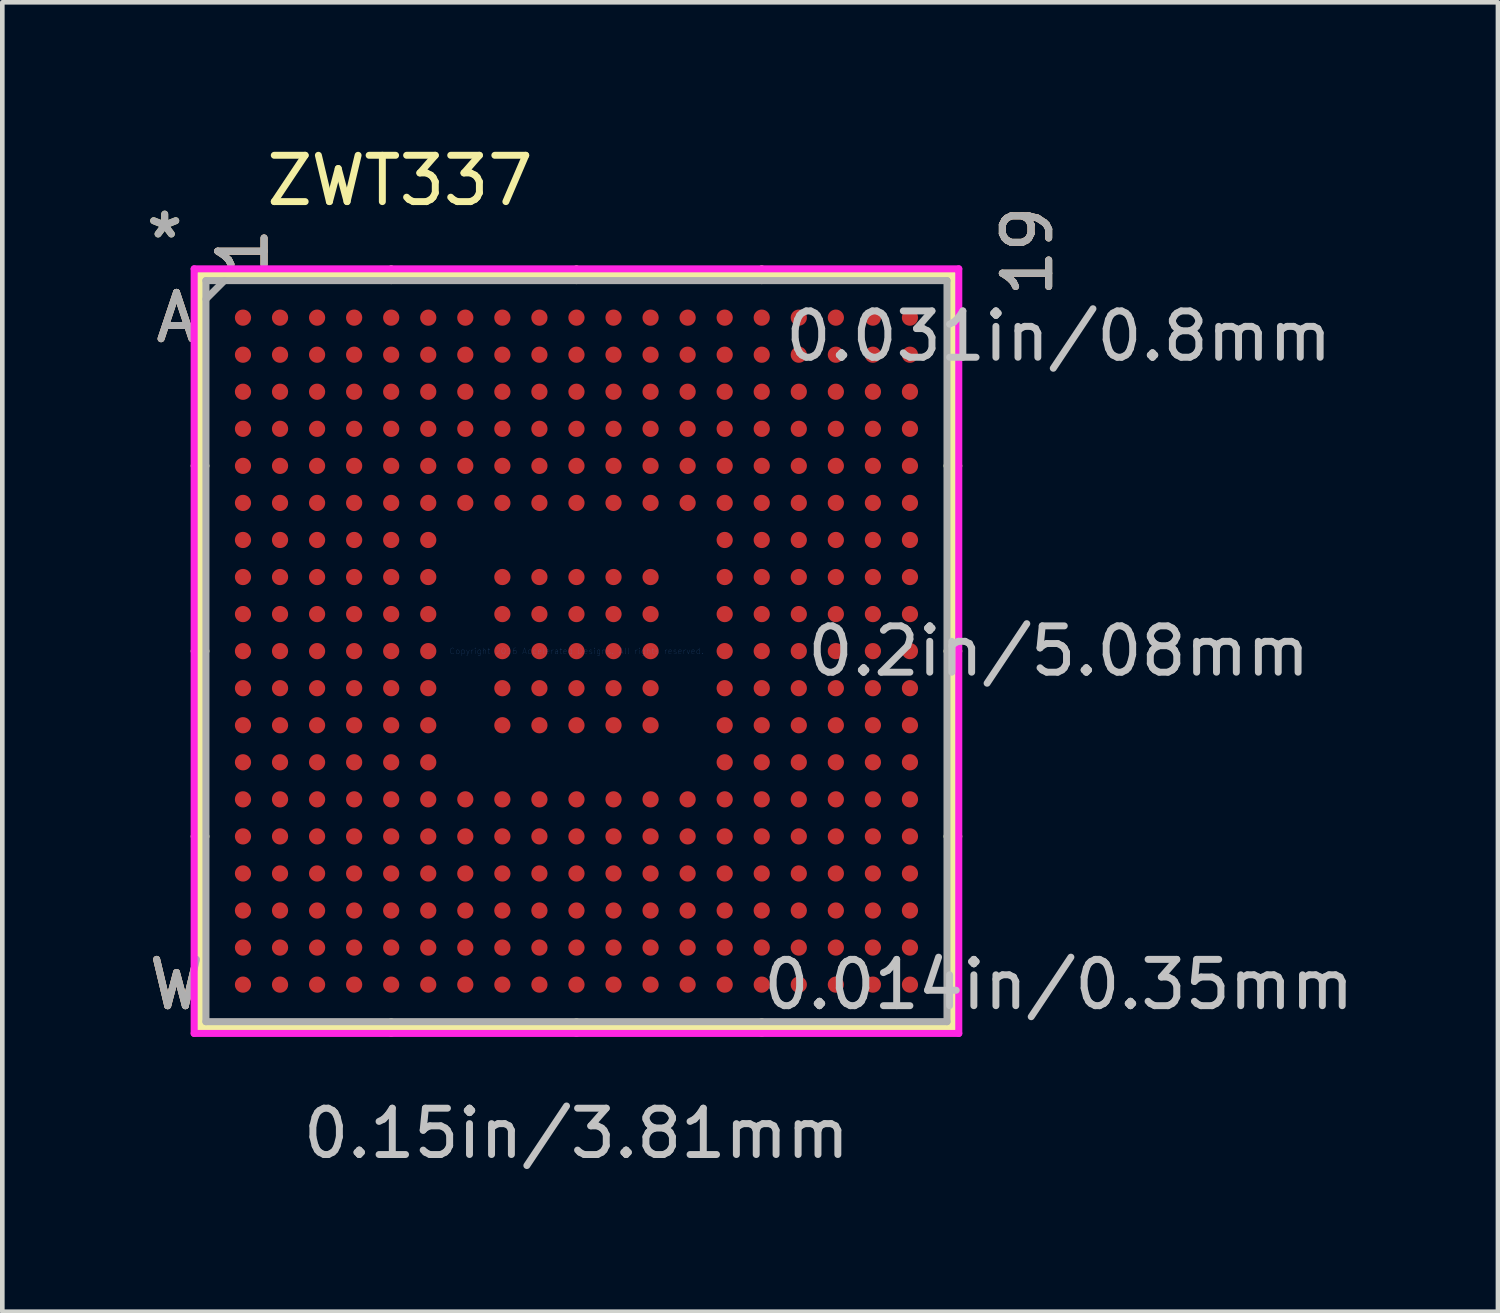
<source format=kicad_pcb>
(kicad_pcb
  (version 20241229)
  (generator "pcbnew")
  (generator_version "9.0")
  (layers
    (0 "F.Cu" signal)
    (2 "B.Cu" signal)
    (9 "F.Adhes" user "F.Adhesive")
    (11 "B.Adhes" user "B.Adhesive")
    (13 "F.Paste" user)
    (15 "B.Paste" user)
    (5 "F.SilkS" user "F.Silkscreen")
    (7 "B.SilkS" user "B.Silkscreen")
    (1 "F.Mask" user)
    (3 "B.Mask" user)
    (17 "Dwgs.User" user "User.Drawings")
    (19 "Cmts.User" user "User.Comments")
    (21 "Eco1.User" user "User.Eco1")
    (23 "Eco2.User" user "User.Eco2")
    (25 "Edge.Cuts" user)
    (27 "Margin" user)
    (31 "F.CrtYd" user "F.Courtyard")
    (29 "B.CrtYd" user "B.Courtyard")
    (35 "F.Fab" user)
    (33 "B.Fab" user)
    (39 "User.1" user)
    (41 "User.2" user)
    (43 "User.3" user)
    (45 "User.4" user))
  (footprint "ZWT337"
    (layer "F.Cu")
    (at 9.396 11.008)
    (property "Reference" "ZWT337" (at -3.81 -10.16 0) (layer "F.SilkS") (effects (font (size 1 1) (thickness 0.15))))
    (attr through_hole)
    (fp_line (start -8.127 -8.127) (end -8.127 8.127) (stroke (width 0.152) (type solid)) (layer "F.SilkS"))
    (fp_line (start -8.127 8.127) (end 8.127 8.127) (stroke (width 0.152) (type solid)) (layer "F.SilkS"))
    (fp_line (start -8 -4) (end -8.254 -4) (stroke (width 0.152) (type solid)) (layer "F.SilkS"))
    (fp_line (start -8 0) (end -8.254 0) (stroke (width 0.152) (type solid)) (layer "F.SilkS"))
    (fp_line (start -8 4) (end -8.254 4) (stroke (width 0.152) (type solid)) (layer "F.SilkS"))
    (fp_line (start -4 -8) (end -4 -8.254) (stroke (width 0.152) (type solid)) (layer "F.SilkS"))
    (fp_line (start -4 8) (end -4 8.254) (stroke (width 0.152) (type solid)) (layer "F.SilkS"))
    (fp_line (start 0 -8) (end 0 -8.254) (stroke (width 0.152) (type solid)) (layer "F.SilkS"))
    (fp_line (start 0 8) (end 0 8.254) (stroke (width 0.152) (type solid)) (layer "F.SilkS"))
    (fp_line (start 4 -8) (end 4 -8.254) (stroke (width 0.152) (type solid)) (layer "F.SilkS"))
    (fp_line (start 4 8) (end 4 8.254) (stroke (width 0.152) (type solid)) (layer "F.SilkS"))
    (fp_line (start 8 -4) (end 8.254 -4) (stroke (width 0.152) (type solid)) (layer "F.SilkS"))
    (fp_line (start 8 0) (end 8.254 0) (stroke (width 0.152) (type solid)) (layer "F.SilkS"))
    (fp_line (start 8 4) (end 8.254 4) (stroke (width 0.152) (type solid)) (layer "F.SilkS"))
    (fp_line (start 8.127 -8.127) (end -8.127 -8.127) (stroke (width 0.152) (type solid)) (layer "F.SilkS"))
    (fp_line (start 8.127 8.127) (end 8.127 -8.127) (stroke (width 0.152) (type solid)) (layer "F.SilkS"))
    (fp_line (start -8.254 -8.254) (end 8.254 -8.254) (stroke (width 0.152) (type solid)) (layer "F.CrtYd"))
    (fp_line (start -8.254 8.254) (end -8.254 -8.254) (stroke (width 0.152) (type solid)) (layer "F.CrtYd"))
    (fp_line (start 8.254 -8.254) (end 8.254 8.254) (stroke (width 0.152) (type solid)) (layer "F.CrtYd"))
    (fp_line (start 8.254 8.254) (end -8.254 8.254) (stroke (width 0.152) (type solid)) (layer "F.CrtYd"))
    (fp_line (start -8 -8) (end -8 8) (stroke (width 0.152) (type solid)) (layer "F.Fab"))
    (fp_line (start -8 8) (end 8 8) (stroke (width 0.152) (type solid)) (layer "F.Fab"))
    (fp_line (start -7.6 -8) (end -8 -7.6) (stroke (width 0.152) (type solid)) (layer "F.Fab"))
    (fp_line (start 8 -8) (end -8 -8) (stroke (width 0.152) (type solid)) (layer "F.Fab"))
    (fp_line (start 8 8) (end 8 -8) (stroke (width 0.152) (type solid)) (layer "F.Fab"))
    (fp_text user "*" (at -8.89 -8.89 0) (layer "F.SilkS") (effects (font (size 1 1) (thickness 0.15))))
    (fp_text user "A" (at -8.635 -7.2 0) (layer "F.SilkS") (effects (font (size 1 1) (thickness 0.15))))
    (fp_text user "W" (at -8.635 7.2 0) (layer "F.SilkS") (effects (font (size 1 1) (thickness 0.15))))
    (fp_text user "19" (at 9.74 -8.635 90) (layer "F.SilkS") (effects (font (size 1 1) (thickness 0.15))))
    (fp_text user "1" (at -7.2 -8.635 90) (layer "F.SilkS") (effects (font (size 1 1) (thickness 0.15))))
    (fp_text user "19" (at 9.74 -8.635 90) (layer "B.SilkS") (effects (font (size 1 1) (thickness 0.15))))
    (fp_text user "A" (at -8.635 -7.2 0) (layer "B.SilkS") (effects (font (size 1 1) (thickness 0.15))))
    (fp_text user "1" (at -7.2 -8.635 90) (layer "B.SilkS") (effects (font (size 1 1) (thickness 0.15))))
    (fp_text user "W" (at -8.635 7.2 0) (layer "B.SilkS") (effects (font (size 1 1) (thickness 0.15))))
    (fp_text user "0.2in/5.08mm" (at 10.413 0 0) (layer "Dwgs.User") (effects (font (size 1 1) (thickness 0.15))))
    (fp_text user "0.014in/0.35mm" (at 10.413 7.2 0) (layer "Dwgs.User") (effects (font (size 1 1) (thickness 0.15))))
    (fp_text user "0.031in/0.8mm" (at 10.413 -6.8 0) (layer "Dwgs.User") (effects (font (size 1 1) (thickness 0.15))))
    (fp_text user "0.15in/3.81mm" (at 0 10.413 0) (layer "Dwgs.User") (effects (font (size 1 1) (thickness 0.15))))
    (fp_text user "Copyright 2016 Accelerated Designs. All rights reserved." (at 0 0 0) (layer "Cmts.User") (effects (font (size 0.127 0.127) (thickness 0.002))))
    (fp_text user "*" (at -8.89 -8.89 0) (layer "F.Fab") (effects (font (size 1 1) (thickness 0.15))))
    (fp_text user "A" (at -8.635 -7.2 0) (layer "F.Fab") (effects (font (size 1 1) (thickness 0.15))))
    (fp_text user "1" (at -7.2 -8.635 90) (layer "F.Fab") (effects (font (size 1 1) (thickness 0.15))))
    (fp_text user "19" (at 9.74 -8.635 90) (layer "F.Fab") (effects (font (size 1 1) (thickness 0.15))))
    (fp_text user "W" (at -8.635 7.2 0) (layer "F.Fab") (effects (font (size 1 1) (thickness 0.15))))
    (pad "A1" smd circle (at -7.2 -7.2) (size 0.35 0.35) (layers "F.Cu" "F.Mask" "F.Paste"))
    (pad "A2" smd circle (at -6.4 -7.2) (size 0.35 0.35) (layers "F.Cu" "F.Mask" "F.Paste"))
    (pad "A3" smd circle (at -5.6 -7.2) (size 0.35 0.35) (layers "F.Cu" "F.Mask" "F.Paste"))
    (pad "A4" smd circle (at -4.8 -7.2) (size 0.35 0.35) (layers "F.Cu" "F.Mask" "F.Paste"))
    (pad "A5" smd circle (at -4 -7.2) (size 0.35 0.35) (layers "F.Cu" "F.Mask" "F.Paste"))
    (pad "A6" smd circle (at -3.2 -7.2) (size 0.35 0.35) (layers "F.Cu" "F.Mask" "F.Paste"))
    (pad "A7" smd circle (at -2.4 -7.2) (size 0.35 0.35) (layers "F.Cu" "F.Mask" "F.Paste"))
    (pad "A8" smd circle (at -1.6 -7.2) (size 0.35 0.35) (layers "F.Cu" "F.Mask" "F.Paste"))
    (pad "A9" smd circle (at -0.8 -7.2) (size 0.35 0.35) (layers "F.Cu" "F.Mask" "F.Paste"))
    (pad "A10" smd circle (at 0 -7.2) (size 0.35 0.35) (layers "F.Cu" "F.Mask" "F.Paste"))
    (pad "A11" smd circle (at 0.8 -7.2) (size 0.35 0.35) (layers "F.Cu" "F.Mask" "F.Paste"))
    (pad "A12" smd circle (at 1.6 -7.2) (size 0.35 0.35) (layers "F.Cu" "F.Mask" "F.Paste"))
    (pad "A13" smd circle (at 2.4 -7.2) (size 0.35 0.35) (layers "F.Cu" "F.Mask" "F.Paste"))
    (pad "A14" smd circle (at 3.2 -7.2) (size 0.35 0.35) (layers "F.Cu" "F.Mask" "F.Paste"))
    (pad "A15" smd circle (at 4 -7.2) (size 0.35 0.35) (layers "F.Cu" "F.Mask" "F.Paste"))
    (pad "A16" smd circle (at 4.8 -7.2) (size 0.35 0.35) (layers "F.Cu" "F.Mask" "F.Paste"))
    (pad "A17" smd circle (at 5.6 -7.2) (size 0.35 0.35) (layers "F.Cu" "F.Mask" "F.Paste"))
    (pad "A18" smd circle (at 6.4 -7.2) (size 0.35 0.35) (layers "F.Cu" "F.Mask" "F.Paste"))
    (pad "A19" smd circle (at 7.2 -7.2) (size 0.35 0.35) (layers "F.Cu" "F.Mask" "F.Paste"))
    (pad "B1" smd circle (at -7.2 -6.4) (size 0.35 0.35) (layers "F.Cu" "F.Mask" "F.Paste"))
    (pad "B2" smd circle (at -6.4 -6.4) (size 0.35 0.35) (layers "F.Cu" "F.Mask" "F.Paste"))
    (pad "B3" smd circle (at -5.6 -6.4) (size 0.35 0.35) (layers "F.Cu" "F.Mask" "F.Paste"))
    (pad "B4" smd circle (at -4.8 -6.4) (size 0.35 0.35) (layers "F.Cu" "F.Mask" "F.Paste"))
    (pad "B5" smd circle (at -4 -6.4) (size 0.35 0.35) (layers "F.Cu" "F.Mask" "F.Paste"))
    (pad "B6" smd circle (at -3.2 -6.4) (size 0.35 0.35) (layers "F.Cu" "F.Mask" "F.Paste"))
    (pad "B7" smd circle (at -2.4 -6.4) (size 0.35 0.35) (layers "F.Cu" "F.Mask" "F.Paste"))
    (pad "B8" smd circle (at -1.6 -6.4) (size 0.35 0.35) (layers "F.Cu" "F.Mask" "F.Paste"))
    (pad "B9" smd circle (at -0.8 -6.4) (size 0.35 0.35) (layers "F.Cu" "F.Mask" "F.Paste"))
    (pad "B10" smd circle (at 0 -6.4) (size 0.35 0.35) (layers "F.Cu" "F.Mask" "F.Paste"))
    (pad "B11" smd circle (at 0.8 -6.4) (size 0.35 0.35) (layers "F.Cu" "F.Mask" "F.Paste"))
    (pad "B12" smd circle (at 1.6 -6.4) (size 0.35 0.35) (layers "F.Cu" "F.Mask" "F.Paste"))
    (pad "B13" smd circle (at 2.4 -6.4) (size 0.35 0.35) (layers "F.Cu" "F.Mask" "F.Paste"))
    (pad "B14" smd circle (at 3.2 -6.4) (size 0.35 0.35) (layers "F.Cu" "F.Mask" "F.Paste"))
    (pad "B15" smd circle (at 4 -6.4) (size 0.35 0.35) (layers "F.Cu" "F.Mask" "F.Paste"))
    (pad "B16" smd circle (at 4.8 -6.4) (size 0.35 0.35) (layers "F.Cu" "F.Mask" "F.Paste"))
    (pad "B17" smd circle (at 5.6 -6.4) (size 0.35 0.35) (layers "F.Cu" "F.Mask" "F.Paste"))
    (pad "B18" smd circle (at 6.4 -6.4) (size 0.35 0.35) (layers "F.Cu" "F.Mask" "F.Paste"))
    (pad "B19" smd circle (at 7.2 -6.4) (size 0.35 0.35) (layers "F.Cu" "F.Mask" "F.Paste"))
    (pad "C1" smd circle (at -7.2 -5.6) (size 0.35 0.35) (layers "F.Cu" "F.Mask" "F.Paste"))
    (pad "C2" smd circle (at -6.4 -5.6) (size 0.35 0.35) (layers "F.Cu" "F.Mask" "F.Paste"))
    (pad "C3" smd circle (at -5.6 -5.6) (size 0.35 0.35) (layers "F.Cu" "F.Mask" "F.Paste"))
    (pad "C4" smd circle (at -4.8 -5.6) (size 0.35 0.35) (layers "F.Cu" "F.Mask" "F.Paste"))
    (pad "C5" smd circle (at -4 -5.6) (size 0.35 0.35) (layers "F.Cu" "F.Mask" "F.Paste"))
    (pad "C6" smd circle (at -3.2 -5.6) (size 0.35 0.35) (layers "F.Cu" "F.Mask" "F.Paste"))
    (pad "C7" smd circle (at -2.4 -5.6) (size 0.35 0.35) (layers "F.Cu" "F.Mask" "F.Paste"))
    (pad "C8" smd circle (at -1.6 -5.6) (size 0.35 0.35) (layers "F.Cu" "F.Mask" "F.Paste"))
    (pad "C9" smd circle (at -0.8 -5.6) (size 0.35 0.35) (layers "F.Cu" "F.Mask" "F.Paste"))
    (pad "C10" smd circle (at 0 -5.6) (size 0.35 0.35) (layers "F.Cu" "F.Mask" "F.Paste"))
    (pad "C11" smd circle (at 0.8 -5.6) (size 0.35 0.35) (layers "F.Cu" "F.Mask" "F.Paste"))
    (pad "C12" smd circle (at 1.6 -5.6) (size 0.35 0.35) (layers "F.Cu" "F.Mask" "F.Paste"))
    (pad "C13" smd circle (at 2.4 -5.6) (size 0.35 0.35) (layers "F.Cu" "F.Mask" "F.Paste"))
    (pad "C14" smd circle (at 3.2 -5.6) (size 0.35 0.35) (layers "F.Cu" "F.Mask" "F.Paste"))
    (pad "C15" smd circle (at 4 -5.6) (size 0.35 0.35) (layers "F.Cu" "F.Mask" "F.Paste"))
    (pad "C16" smd circle (at 4.8 -5.6) (size 0.35 0.35) (layers "F.Cu" "F.Mask" "F.Paste"))
    (pad "C17" smd circle (at 5.6 -5.6) (size 0.35 0.35) (layers "F.Cu" "F.Mask" "F.Paste"))
    (pad "C18" smd circle (at 6.4 -5.6) (size 0.35 0.35) (layers "F.Cu" "F.Mask" "F.Paste"))
    (pad "C19" smd circle (at 7.2 -5.6) (size 0.35 0.35) (layers "F.Cu" "F.Mask" "F.Paste"))
    (pad "D1" smd circle (at -7.2 -4.8) (size 0.35 0.35) (layers "F.Cu" "F.Mask" "F.Paste"))
    (pad "D2" smd circle (at -6.4 -4.8) (size 0.35 0.35) (layers "F.Cu" "F.Mask" "F.Paste"))
    (pad "D3" smd circle (at -5.6 -4.8) (size 0.35 0.35) (layers "F.Cu" "F.Mask" "F.Paste"))
    (pad "D4" smd circle (at -4.8 -4.8) (size 0.35 0.35) (layers "F.Cu" "F.Mask" "F.Paste"))
    (pad "D5" smd circle (at -4 -4.8) (size 0.35 0.35) (layers "F.Cu" "F.Mask" "F.Paste"))
    (pad "D6" smd circle (at -3.2 -4.8) (size 0.35 0.35) (layers "F.Cu" "F.Mask" "F.Paste"))
    (pad "D7" smd circle (at -2.4 -4.8) (size 0.35 0.35) (layers "F.Cu" "F.Mask" "F.Paste"))
    (pad "D8" smd circle (at -1.6 -4.8) (size 0.35 0.35) (layers "F.Cu" "F.Mask" "F.Paste"))
    (pad "D9" smd circle (at -0.8 -4.8) (size 0.35 0.35) (layers "F.Cu" "F.Mask" "F.Paste"))
    (pad "D10" smd circle (at 0 -4.8) (size 0.35 0.35) (layers "F.Cu" "F.Mask" "F.Paste"))
    (pad "D11" smd circle (at 0.8 -4.8) (size 0.35 0.35) (layers "F.Cu" "F.Mask" "F.Paste"))
    (pad "D12" smd circle (at 1.6 -4.8) (size 0.35 0.35) (layers "F.Cu" "F.Mask" "F.Paste"))
    (pad "D13" smd circle (at 2.4 -4.8) (size 0.35 0.35) (layers "F.Cu" "F.Mask" "F.Paste"))
    (pad "D14" smd circle (at 3.2 -4.8) (size 0.35 0.35) (layers "F.Cu" "F.Mask" "F.Paste"))
    (pad "D15" smd circle (at 4 -4.8) (size 0.35 0.35) (layers "F.Cu" "F.Mask" "F.Paste"))
    (pad "D16" smd circle (at 4.8 -4.8) (size 0.35 0.35) (layers "F.Cu" "F.Mask" "F.Paste"))
    (pad "D17" smd circle (at 5.6 -4.8) (size 0.35 0.35) (layers "F.Cu" "F.Mask" "F.Paste"))
    (pad "D18" smd circle (at 6.4 -4.8) (size 0.35 0.35) (layers "F.Cu" "F.Mask" "F.Paste"))
    (pad "D19" smd circle (at 7.2 -4.8) (size 0.35 0.35) (layers "F.Cu" "F.Mask" "F.Paste"))
    (pad "E1" smd circle (at -7.2 -4) (size 0.35 0.35) (layers "F.Cu" "F.Mask" "F.Paste"))
    (pad "E2" smd circle (at -6.4 -4) (size 0.35 0.35) (layers "F.Cu" "F.Mask" "F.Paste"))
    (pad "E3" smd circle (at -5.6 -4) (size 0.35 0.35) (layers "F.Cu" "F.Mask" "F.Paste"))
    (pad "E4" smd circle (at -4.8 -4) (size 0.35 0.35) (layers "F.Cu" "F.Mask" "F.Paste"))
    (pad "E5" smd circle (at -4 -4) (size 0.35 0.35) (layers "F.Cu" "F.Mask" "F.Paste"))
    (pad "E6" smd circle (at -3.2 -4) (size 0.35 0.35) (layers "F.Cu" "F.Mask" "F.Paste"))
    (pad "E7" smd circle (at -2.4 -4) (size 0.35 0.35) (layers "F.Cu" "F.Mask" "F.Paste"))
    (pad "E8" smd circle (at -1.6 -4) (size 0.35 0.35) (layers "F.Cu" "F.Mask" "F.Paste"))
    (pad "E9" smd circle (at -0.8 -4) (size 0.35 0.35) (layers "F.Cu" "F.Mask" "F.Paste"))
    (pad "E10" smd circle (at 0 -4) (size 0.35 0.35) (layers "F.Cu" "F.Mask" "F.Paste"))
    (pad "E11" smd circle (at 0.8 -4) (size 0.35 0.35) (layers "F.Cu" "F.Mask" "F.Paste"))
    (pad "E12" smd circle (at 1.6 -4) (size 0.35 0.35) (layers "F.Cu" "F.Mask" "F.Paste"))
    (pad "E13" smd circle (at 2.4 -4) (size 0.35 0.35) (layers "F.Cu" "F.Mask" "F.Paste"))
    (pad "E14" smd circle (at 3.2 -4) (size 0.35 0.35) (layers "F.Cu" "F.Mask" "F.Paste"))
    (pad "E15" smd circle (at 4 -4) (size 0.35 0.35) (layers "F.Cu" "F.Mask" "F.Paste"))
    (pad "E16" smd circle (at 4.8 -4) (size 0.35 0.35) (layers "F.Cu" "F.Mask" "F.Paste"))
    (pad "E17" smd circle (at 5.6 -4) (size 0.35 0.35) (layers "F.Cu" "F.Mask" "F.Paste"))
    (pad "E18" smd circle (at 6.4 -4) (size 0.35 0.35) (layers "F.Cu" "F.Mask" "F.Paste"))
    (pad "E19" smd circle (at 7.2 -4) (size 0.35 0.35) (layers "F.Cu" "F.Mask" "F.Paste"))
    (pad "F1" smd circle (at -7.2 -3.2) (size 0.35 0.35) (layers "F.Cu" "F.Mask" "F.Paste"))
    (pad "F2" smd circle (at -6.4 -3.2) (size 0.35 0.35) (layers "F.Cu" "F.Mask" "F.Paste"))
    (pad "F3" smd circle (at -5.6 -3.2) (size 0.35 0.35) (layers "F.Cu" "F.Mask" "F.Paste"))
    (pad "F4" smd circle (at -4.8 -3.2) (size 0.35 0.35) (layers "F.Cu" "F.Mask" "F.Paste"))
    (pad "F5" smd circle (at -4 -3.2) (size 0.35 0.35) (layers "F.Cu" "F.Mask" "F.Paste"))
    (pad "F6" smd circle (at -3.2 -3.2) (size 0.35 0.35) (layers "F.Cu" "F.Mask" "F.Paste"))
    (pad "F7" smd circle (at -2.4 -3.2) (size 0.35 0.35) (layers "F.Cu" "F.Mask" "F.Paste"))
    (pad "F8" smd circle (at -1.6 -3.2) (size 0.35 0.35) (layers "F.Cu" "F.Mask" "F.Paste"))
    (pad "F9" smd circle (at -0.8 -3.2) (size 0.35 0.35) (layers "F.Cu" "F.Mask" "F.Paste"))
    (pad "F10" smd circle (at 0 -3.2) (size 0.35 0.35) (layers "F.Cu" "F.Mask" "F.Paste"))
    (pad "F11" smd circle (at 0.8 -3.2) (size 0.35 0.35) (layers "F.Cu" "F.Mask" "F.Paste"))
    (pad "F12" smd circle (at 1.6 -3.2) (size 0.35 0.35) (layers "F.Cu" "F.Mask" "F.Paste"))
    (pad "F13" smd circle (at 2.4 -3.2) (size 0.35 0.35) (layers "F.Cu" "F.Mask" "F.Paste"))
    (pad "F14" smd circle (at 3.2 -3.2) (size 0.35 0.35) (layers "F.Cu" "F.Mask" "F.Paste"))
    (pad "F15" smd circle (at 4 -3.2) (size 0.35 0.35) (layers "F.Cu" "F.Mask" "F.Paste"))
    (pad "F16" smd circle (at 4.8 -3.2) (size 0.35 0.35) (layers "F.Cu" "F.Mask" "F.Paste"))
    (pad "F17" smd circle (at 5.6 -3.2) (size 0.35 0.35) (layers "F.Cu" "F.Mask" "F.Paste"))
    (pad "F18" smd circle (at 6.4 -3.2) (size 0.35 0.35) (layers "F.Cu" "F.Mask" "F.Paste"))
    (pad "F19" smd circle (at 7.2 -3.2) (size 0.35 0.35) (layers "F.Cu" "F.Mask" "F.Paste"))
    (pad "G1" smd circle (at -7.2 -2.4) (size 0.35 0.35) (layers "F.Cu" "F.Mask" "F.Paste"))
    (pad "G2" smd circle (at -6.4 -2.4) (size 0.35 0.35) (layers "F.Cu" "F.Mask" "F.Paste"))
    (pad "G3" smd circle (at -5.6 -2.4) (size 0.35 0.35) (layers "F.Cu" "F.Mask" "F.Paste"))
    (pad "G4" smd circle (at -4.8 -2.4) (size 0.35 0.35) (layers "F.Cu" "F.Mask" "F.Paste"))
    (pad "G5" smd circle (at -4 -2.4) (size 0.35 0.35) (layers "F.Cu" "F.Mask" "F.Paste"))
    (pad "G6" smd circle (at -3.2 -2.4) (size 0.35 0.35) (layers "F.Cu" "F.Mask" "F.Paste"))
    (pad "G14" smd circle (at 3.2 -2.4) (size 0.35 0.35) (layers "F.Cu" "F.Mask" "F.Paste"))
    (pad "G15" smd circle (at 4 -2.4) (size 0.35 0.35) (layers "F.Cu" "F.Mask" "F.Paste"))
    (pad "G16" smd circle (at 4.8 -2.4) (size 0.35 0.35) (layers "F.Cu" "F.Mask" "F.Paste"))
    (pad "G17" smd circle (at 5.6 -2.4) (size 0.35 0.35) (layers "F.Cu" "F.Mask" "F.Paste"))
    (pad "G18" smd circle (at 6.4 -2.4) (size 0.35 0.35) (layers "F.Cu" "F.Mask" "F.Paste"))
    (pad "G19" smd circle (at 7.2 -2.4) (size 0.35 0.35) (layers "F.Cu" "F.Mask" "F.Paste"))
    (pad "H1" smd circle (at -7.2 -1.6) (size 0.35 0.35) (layers "F.Cu" "F.Mask" "F.Paste"))
    (pad "H2" smd circle (at -6.4 -1.6) (size 0.35 0.35) (layers "F.Cu" "F.Mask" "F.Paste"))
    (pad "H3" smd circle (at -5.6 -1.6) (size 0.35 0.35) (layers "F.Cu" "F.Mask" "F.Paste"))
    (pad "H4" smd circle (at -4.8 -1.6) (size 0.35 0.35) (layers "F.Cu" "F.Mask" "F.Paste"))
    (pad "H5" smd circle (at -4 -1.6) (size 0.35 0.35) (layers "F.Cu" "F.Mask" "F.Paste"))
    (pad "H6" smd circle (at -3.2 -1.6) (size 0.35 0.35) (layers "F.Cu" "F.Mask" "F.Paste"))
    (pad "H8" smd circle (at -1.6 -1.6) (size 0.35 0.35) (layers "F.Cu" "F.Mask" "F.Paste"))
    (pad "H9" smd circle (at -0.8 -1.6) (size 0.35 0.35) (layers "F.Cu" "F.Mask" "F.Paste"))
    (pad "H10" smd circle (at 0 -1.6) (size 0.35 0.35) (layers "F.Cu" "F.Mask" "F.Paste"))
    (pad "H11" smd circle (at 0.8 -1.6) (size 0.35 0.35) (layers "F.Cu" "F.Mask" "F.Paste"))
    (pad "H12" smd circle (at 1.6 -1.6) (size 0.35 0.35) (layers "F.Cu" "F.Mask" "F.Paste"))
    (pad "H14" smd circle (at 3.2 -1.6) (size 0.35 0.35) (layers "F.Cu" "F.Mask" "F.Paste"))
    (pad "H15" smd circle (at 4 -1.6) (size 0.35 0.35) (layers "F.Cu" "F.Mask" "F.Paste"))
    (pad "H16" smd circle (at 4.8 -1.6) (size 0.35 0.35) (layers "F.Cu" "F.Mask" "F.Paste"))
    (pad "H17" smd circle (at 5.6 -1.6) (size 0.35 0.35) (layers "F.Cu" "F.Mask" "F.Paste"))
    (pad "H18" smd circle (at 6.4 -1.6) (size 0.35 0.35) (layers "F.Cu" "F.Mask" "F.Paste"))
    (pad "H19" smd circle (at 7.2 -1.6) (size 0.35 0.35) (layers "F.Cu" "F.Mask" "F.Paste"))
    (pad "J1" smd circle (at -7.2 -0.8) (size 0.35 0.35) (layers "F.Cu" "F.Mask" "F.Paste"))
    (pad "J2" smd circle (at -6.4 -0.8) (size 0.35 0.35) (layers "F.Cu" "F.Mask" "F.Paste"))
    (pad "J3" smd circle (at -5.6 -0.8) (size 0.35 0.35) (layers "F.Cu" "F.Mask" "F.Paste"))
    (pad "J4" smd circle (at -4.8 -0.8) (size 0.35 0.35) (layers "F.Cu" "F.Mask" "F.Paste"))
    (pad "J5" smd circle (at -4 -0.8) (size 0.35 0.35) (layers "F.Cu" "F.Mask" "F.Paste"))
    (pad "J6" smd circle (at -3.2 -0.8) (size 0.35 0.35) (layers "F.Cu" "F.Mask" "F.Paste"))
    (pad "J8" smd circle (at -1.6 -0.8) (size 0.35 0.35) (layers "F.Cu" "F.Mask" "F.Paste"))
    (pad "J9" smd circle (at -0.8 -0.8) (size 0.35 0.35) (layers "F.Cu" "F.Mask" "F.Paste"))
    (pad "J10" smd circle (at 0 -0.8) (size 0.35 0.35) (layers "F.Cu" "F.Mask" "F.Paste"))
    (pad "J11" smd circle (at 0.8 -0.8) (size 0.35 0.35) (layers "F.Cu" "F.Mask" "F.Paste"))
    (pad "J12" smd circle (at 1.6 -0.8) (size 0.35 0.35) (layers "F.Cu" "F.Mask" "F.Paste"))
    (pad "J14" smd circle (at 3.2 -0.8) (size 0.35 0.35) (layers "F.Cu" "F.Mask" "F.Paste"))
    (pad "J15" smd circle (at 4 -0.8) (size 0.35 0.35) (layers "F.Cu" "F.Mask" "F.Paste"))
    (pad "J16" smd circle (at 4.8 -0.8) (size 0.35 0.35) (layers "F.Cu" "F.Mask" "F.Paste"))
    (pad "J17" smd circle (at 5.6 -0.8) (size 0.35 0.35) (layers "F.Cu" "F.Mask" "F.Paste"))
    (pad "J18" smd circle (at 6.4 -0.8) (size 0.35 0.35) (layers "F.Cu" "F.Mask" "F.Paste"))
    (pad "J19" smd circle (at 7.2 -0.8) (size 0.35 0.35) (layers "F.Cu" "F.Mask" "F.Paste"))
    (pad "K1" smd circle (at -7.2 0) (size 0.35 0.35) (layers "F.Cu" "F.Mask" "F.Paste"))
    (pad "K2" smd circle (at -6.4 0) (size 0.35 0.35) (layers "F.Cu" "F.Mask" "F.Paste"))
    (pad "K3" smd circle (at -5.6 0) (size 0.35 0.35) (layers "F.Cu" "F.Mask" "F.Paste"))
    (pad "K4" smd circle (at -4.8 0) (size 0.35 0.35) (layers "F.Cu" "F.Mask" "F.Paste"))
    (pad "K5" smd circle (at -4 0) (size 0.35 0.35) (layers "F.Cu" "F.Mask" "F.Paste"))
    (pad "K6" smd circle (at -3.2 0) (size 0.35 0.35) (layers "F.Cu" "F.Mask" "F.Paste"))
    (pad "K8" smd circle (at -1.6 0) (size 0.35 0.35) (layers "F.Cu" "F.Mask" "F.Paste"))
    (pad "K9" smd circle (at -0.8 0) (size 0.35 0.35) (layers "F.Cu" "F.Mask" "F.Paste"))
    (pad "K10" smd circle (at 0 0) (size 0.35 0.35) (layers "F.Cu" "F.Mask" "F.Paste"))
    (pad "K11" smd circle (at 0.8 0) (size 0.35 0.35) (layers "F.Cu" "F.Mask" "F.Paste"))
    (pad "K12" smd circle (at 1.6 0) (size 0.35 0.35) (layers "F.Cu" "F.Mask" "F.Paste"))
    (pad "K14" smd circle (at 3.2 0) (size 0.35 0.35) (layers "F.Cu" "F.Mask" "F.Paste"))
    (pad "K15" smd circle (at 4 0) (size 0.35 0.35) (layers "F.Cu" "F.Mask" "F.Paste"))
    (pad "K16" smd circle (at 4.8 0) (size 0.35 0.35) (layers "F.Cu" "F.Mask" "F.Paste"))
    (pad "K17" smd circle (at 5.6 0) (size 0.35 0.35) (layers "F.Cu" "F.Mask" "F.Paste"))
    (pad "K18" smd circle (at 6.4 0) (size 0.35 0.35) (layers "F.Cu" "F.Mask" "F.Paste"))
    (pad "K19" smd circle (at 7.2 0) (size 0.35 0.35) (layers "F.Cu" "F.Mask" "F.Paste"))
    (pad "L1" smd circle (at -7.2 0.8) (size 0.35 0.35) (layers "F.Cu" "F.Mask" "F.Paste"))
    (pad "L2" smd circle (at -6.4 0.8) (size 0.35 0.35) (layers "F.Cu" "F.Mask" "F.Paste"))
    (pad "L3" smd circle (at -5.6 0.8) (size 0.35 0.35) (layers "F.Cu" "F.Mask" "F.Paste"))
    (pad "L4" smd circle (at -4.8 0.8) (size 0.35 0.35) (layers "F.Cu" "F.Mask" "F.Paste"))
    (pad "L5" smd circle (at -4 0.8) (size 0.35 0.35) (layers "F.Cu" "F.Mask" "F.Paste"))
    (pad "L6" smd circle (at -3.2 0.8) (size 0.35 0.35) (layers "F.Cu" "F.Mask" "F.Paste"))
    (pad "L8" smd circle (at -1.6 0.8) (size 0.35 0.35) (layers "F.Cu" "F.Mask" "F.Paste"))
    (pad "L9" smd circle (at -0.8 0.8) (size 0.35 0.35) (layers "F.Cu" "F.Mask" "F.Paste"))
    (pad "L10" smd circle (at 0 0.8) (size 0.35 0.35) (layers "F.Cu" "F.Mask" "F.Paste"))
    (pad "L11" smd circle (at 0.8 0.8) (size 0.35 0.35) (layers "F.Cu" "F.Mask" "F.Paste"))
    (pad "L12" smd circle (at 1.6 0.8) (size 0.35 0.35) (layers "F.Cu" "F.Mask" "F.Paste"))
    (pad "L14" smd circle (at 3.2 0.8) (size 0.35 0.35) (layers "F.Cu" "F.Mask" "F.Paste"))
    (pad "L15" smd circle (at 4 0.8) (size 0.35 0.35) (layers "F.Cu" "F.Mask" "F.Paste"))
    (pad "L16" smd circle (at 4.8 0.8) (size 0.35 0.35) (layers "F.Cu" "F.Mask" "F.Paste"))
    (pad "L17" smd circle (at 5.6 0.8) (size 0.35 0.35) (layers "F.Cu" "F.Mask" "F.Paste"))
    (pad "L18" smd circle (at 6.4 0.8) (size 0.35 0.35) (layers "F.Cu" "F.Mask" "F.Paste"))
    (pad "L19" smd circle (at 7.2 0.8) (size 0.35 0.35) (layers "F.Cu" "F.Mask" "F.Paste"))
    (pad "M1" smd circle (at -7.2 1.6) (size 0.35 0.35) (layers "F.Cu" "F.Mask" "F.Paste"))
    (pad "M2" smd circle (at -6.4 1.6) (size 0.35 0.35) (layers "F.Cu" "F.Mask" "F.Paste"))
    (pad "M3" smd circle (at -5.6 1.6) (size 0.35 0.35) (layers "F.Cu" "F.Mask" "F.Paste"))
    (pad "M4" smd circle (at -4.8 1.6) (size 0.35 0.35) (layers "F.Cu" "F.Mask" "F.Paste"))
    (pad "M5" smd circle (at -4 1.6) (size 0.35 0.35) (layers "F.Cu" "F.Mask" "F.Paste"))
    (pad "M6" smd circle (at -3.2 1.6) (size 0.35 0.35) (layers "F.Cu" "F.Mask" "F.Paste"))
    (pad "M8" smd circle (at -1.6 1.6) (size 0.35 0.35) (layers "F.Cu" "F.Mask" "F.Paste"))
    (pad "M9" smd circle (at -0.8 1.6) (size 0.35 0.35) (layers "F.Cu" "F.Mask" "F.Paste"))
    (pad "M10" smd circle (at 0 1.6) (size 0.35 0.35) (layers "F.Cu" "F.Mask" "F.Paste"))
    (pad "M11" smd circle (at 0.8 1.6) (size 0.35 0.35) (layers "F.Cu" "F.Mask" "F.Paste"))
    (pad "M12" smd circle (at 1.6 1.6) (size 0.35 0.35) (layers "F.Cu" "F.Mask" "F.Paste"))
    (pad "M14" smd circle (at 3.2 1.6) (size 0.35 0.35) (layers "F.Cu" "F.Mask" "F.Paste"))
    (pad "M15" smd circle (at 4 1.6) (size 0.35 0.35) (layers "F.Cu" "F.Mask" "F.Paste"))
    (pad "M16" smd circle (at 4.8 1.6) (size 0.35 0.35) (layers "F.Cu" "F.Mask" "F.Paste"))
    (pad "M17" smd circle (at 5.6 1.6) (size 0.35 0.35) (layers "F.Cu" "F.Mask" "F.Paste"))
    (pad "M18" smd circle (at 6.4 1.6) (size 0.35 0.35) (layers "F.Cu" "F.Mask" "F.Paste"))
    (pad "M19" smd circle (at 7.2 1.6) (size 0.35 0.35) (layers "F.Cu" "F.Mask" "F.Paste"))
    (pad "N1" smd circle (at -7.2 2.4) (size 0.35 0.35) (layers "F.Cu" "F.Mask" "F.Paste"))
    (pad "N2" smd circle (at -6.4 2.4) (size 0.35 0.35) (layers "F.Cu" "F.Mask" "F.Paste"))
    (pad "N3" smd circle (at -5.6 2.4) (size 0.35 0.35) (layers "F.Cu" "F.Mask" "F.Paste"))
    (pad "N4" smd circle (at -4.8 2.4) (size 0.35 0.35) (layers "F.Cu" "F.Mask" "F.Paste"))
    (pad "N5" smd circle (at -4 2.4) (size 0.35 0.35) (layers "F.Cu" "F.Mask" "F.Paste"))
    (pad "N6" smd circle (at -3.2 2.4) (size 0.35 0.35) (layers "F.Cu" "F.Mask" "F.Paste"))
    (pad "N14" smd circle (at 3.2 2.4) (size 0.35 0.35) (layers "F.Cu" "F.Mask" "F.Paste"))
    (pad "N15" smd circle (at 4 2.4) (size 0.35 0.35) (layers "F.Cu" "F.Mask" "F.Paste"))
    (pad "N16" smd circle (at 4.8 2.4) (size 0.35 0.35) (layers "F.Cu" "F.Mask" "F.Paste"))
    (pad "N17" smd circle (at 5.6 2.4) (size 0.35 0.35) (layers "F.Cu" "F.Mask" "F.Paste"))
    (pad "N18" smd circle (at 6.4 2.4) (size 0.35 0.35) (layers "F.Cu" "F.Mask" "F.Paste"))
    (pad "N19" smd circle (at 7.2 2.4) (size 0.35 0.35) (layers "F.Cu" "F.Mask" "F.Paste"))
    (pad "P1" smd circle (at -7.2 3.2) (size 0.35 0.35) (layers "F.Cu" "F.Mask" "F.Paste"))
    (pad "P2" smd circle (at -6.4 3.2) (size 0.35 0.35) (layers "F.Cu" "F.Mask" "F.Paste"))
    (pad "P3" smd circle (at -5.6 3.2) (size 0.35 0.35) (layers "F.Cu" "F.Mask" "F.Paste"))
    (pad "P4" smd circle (at -4.8 3.2) (size 0.35 0.35) (layers "F.Cu" "F.Mask" "F.Paste"))
    (pad "P5" smd circle (at -4 3.2) (size 0.35 0.35) (layers "F.Cu" "F.Mask" "F.Paste"))
    (pad "P6" smd circle (at -3.2 3.2) (size 0.35 0.35) (layers "F.Cu" "F.Mask" "F.Paste"))
    (pad "P7" smd circle (at -2.4 3.2) (size 0.35 0.35) (layers "F.Cu" "F.Mask" "F.Paste"))
    (pad "P8" smd circle (at -1.6 3.2) (size 0.35 0.35) (layers "F.Cu" "F.Mask" "F.Paste"))
    (pad "P9" smd circle (at -0.8 3.2) (size 0.35 0.35) (layers "F.Cu" "F.Mask" "F.Paste"))
    (pad "P10" smd circle (at 0 3.2) (size 0.35 0.35) (layers "F.Cu" "F.Mask" "F.Paste"))
    (pad "P11" smd circle (at 0.8 3.2) (size 0.35 0.35) (layers "F.Cu" "F.Mask" "F.Paste"))
    (pad "P12" smd circle (at 1.6 3.2) (size 0.35 0.35) (layers "F.Cu" "F.Mask" "F.Paste"))
    (pad "P13" smd circle (at 2.4 3.2) (size 0.35 0.35) (layers "F.Cu" "F.Mask" "F.Paste"))
    (pad "P14" smd circle (at 3.2 3.2) (size 0.35 0.35) (layers "F.Cu" "F.Mask" "F.Paste"))
    (pad "P15" smd circle (at 4 3.2) (size 0.35 0.35) (layers "F.Cu" "F.Mask" "F.Paste"))
    (pad "P16" smd circle (at 4.8 3.2) (size 0.35 0.35) (layers "F.Cu" "F.Mask" "F.Paste"))
    (pad "P17" smd circle (at 5.6 3.2) (size 0.35 0.35) (layers "F.Cu" "F.Mask" "F.Paste"))
    (pad "P18" smd circle (at 6.4 3.2) (size 0.35 0.35) (layers "F.Cu" "F.Mask" "F.Paste"))
    (pad "P19" smd circle (at 7.2 3.2) (size 0.35 0.35) (layers "F.Cu" "F.Mask" "F.Paste"))
    (pad "R1" smd circle (at -7.2 4) (size 0.35 0.35) (layers "F.Cu" "F.Mask" "F.Paste"))
    (pad "R2" smd circle (at -6.4 4) (size 0.35 0.35) (layers "F.Cu" "F.Mask" "F.Paste"))
    (pad "R3" smd circle (at -5.6 4) (size 0.35 0.35) (layers "F.Cu" "F.Mask" "F.Paste"))
    (pad "R4" smd circle (at -4.8 4) (size 0.35 0.35) (layers "F.Cu" "F.Mask" "F.Paste"))
    (pad "R5" smd circle (at -4 4) (size 0.35 0.35) (layers "F.Cu" "F.Mask" "F.Paste"))
    (pad "R6" smd circle (at -3.2 4) (size 0.35 0.35) (layers "F.Cu" "F.Mask" "F.Paste"))
    (pad "R7" smd circle (at -2.4 4) (size 0.35 0.35) (layers "F.Cu" "F.Mask" "F.Paste"))
    (pad "R8" smd circle (at -1.6 4) (size 0.35 0.35) (layers "F.Cu" "F.Mask" "F.Paste"))
    (pad "R9" smd circle (at -0.8 4) (size 0.35 0.35) (layers "F.Cu" "F.Mask" "F.Paste"))
    (pad "R10" smd circle (at 0 4) (size 0.35 0.35) (layers "F.Cu" "F.Mask" "F.Paste"))
    (pad "R11" smd circle (at 0.8 4) (size 0.35 0.35) (layers "F.Cu" "F.Mask" "F.Paste"))
    (pad "R12" smd circle (at 1.6 4) (size 0.35 0.35) (layers "F.Cu" "F.Mask" "F.Paste"))
    (pad "R13" smd circle (at 2.4 4) (size 0.35 0.35) (layers "F.Cu" "F.Mask" "F.Paste"))
    (pad "R14" smd circle (at 3.2 4) (size 0.35 0.35) (layers "F.Cu" "F.Mask" "F.Paste"))
    (pad "R15" smd circle (at 4 4) (size 0.35 0.35) (layers "F.Cu" "F.Mask" "F.Paste"))
    (pad "R16" smd circle (at 4.8 4) (size 0.35 0.35) (layers "F.Cu" "F.Mask" "F.Paste"))
    (pad "R17" smd circle (at 5.6 4) (size 0.35 0.35) (layers "F.Cu" "F.Mask" "F.Paste"))
    (pad "R18" smd circle (at 6.4 4) (size 0.35 0.35) (layers "F.Cu" "F.Mask" "F.Paste"))
    (pad "R19" smd circle (at 7.2 4) (size 0.35 0.35) (layers "F.Cu" "F.Mask" "F.Paste"))
    (pad "T1" smd circle (at -7.2 4.8) (size 0.35 0.35) (layers "F.Cu" "F.Mask" "F.Paste"))
    (pad "T2" smd circle (at -6.4 4.8) (size 0.35 0.35) (layers "F.Cu" "F.Mask" "F.Paste"))
    (pad "T3" smd circle (at -5.6 4.8) (size 0.35 0.35) (layers "F.Cu" "F.Mask" "F.Paste"))
    (pad "T4" smd circle (at -4.8 4.8) (size 0.35 0.35) (layers "F.Cu" "F.Mask" "F.Paste"))
    (pad "T5" smd circle (at -4 4.8) (size 0.35 0.35) (layers "F.Cu" "F.Mask" "F.Paste"))
    (pad "T6" smd circle (at -3.2 4.8) (size 0.35 0.35) (layers "F.Cu" "F.Mask" "F.Paste"))
    (pad "T7" smd circle (at -2.4 4.8) (size 0.35 0.35) (layers "F.Cu" "F.Mask" "F.Paste"))
    (pad "T8" smd circle (at -1.6 4.8) (size 0.35 0.35) (layers "F.Cu" "F.Mask" "F.Paste"))
    (pad "T9" smd circle (at -0.8 4.8) (size 0.35 0.35) (layers "F.Cu" "F.Mask" "F.Paste"))
    (pad "T10" smd circle (at 0 4.8) (size 0.35 0.35) (layers "F.Cu" "F.Mask" "F.Paste"))
    (pad "T11" smd circle (at 0.8 4.8) (size 0.35 0.35) (layers "F.Cu" "F.Mask" "F.Paste"))
    (pad "T12" smd circle (at 1.6 4.8) (size 0.35 0.35) (layers "F.Cu" "F.Mask" "F.Paste"))
    (pad "T13" smd circle (at 2.4 4.8) (size 0.35 0.35) (layers "F.Cu" "F.Mask" "F.Paste"))
    (pad "T14" smd circle (at 3.2 4.8) (size 0.35 0.35) (layers "F.Cu" "F.Mask" "F.Paste"))
    (pad "T15" smd circle (at 4 4.8) (size 0.35 0.35) (layers "F.Cu" "F.Mask" "F.Paste"))
    (pad "T16" smd circle (at 4.8 4.8) (size 0.35 0.35) (layers "F.Cu" "F.Mask" "F.Paste"))
    (pad "T17" smd circle (at 5.6 4.8) (size 0.35 0.35) (layers "F.Cu" "F.Mask" "F.Paste"))
    (pad "T18" smd circle (at 6.4 4.8) (size 0.35 0.35) (layers "F.Cu" "F.Mask" "F.Paste"))
    (pad "T19" smd circle (at 7.2 4.8) (size 0.35 0.35) (layers "F.Cu" "F.Mask" "F.Paste"))
    (pad "U1" smd circle (at -7.2 5.6) (size 0.35 0.35) (layers "F.Cu" "F.Mask" "F.Paste"))
    (pad "U2" smd circle (at -6.4 5.6) (size 0.35 0.35) (layers "F.Cu" "F.Mask" "F.Paste"))
    (pad "U3" smd circle (at -5.6 5.6) (size 0.35 0.35) (layers "F.Cu" "F.Mask" "F.Paste"))
    (pad "U4" smd circle (at -4.8 5.6) (size 0.35 0.35) (layers "F.Cu" "F.Mask" "F.Paste"))
    (pad "U5" smd circle (at -4 5.6) (size 0.35 0.35) (layers "F.Cu" "F.Mask" "F.Paste"))
    (pad "U6" smd circle (at -3.2 5.6) (size 0.35 0.35) (layers "F.Cu" "F.Mask" "F.Paste"))
    (pad "U7" smd circle (at -2.4 5.6) (size 0.35 0.35) (layers "F.Cu" "F.Mask" "F.Paste"))
    (pad "U8" smd circle (at -1.6 5.6) (size 0.35 0.35) (layers "F.Cu" "F.Mask" "F.Paste"))
    (pad "U9" smd circle (at -0.8 5.6) (size 0.35 0.35) (layers "F.Cu" "F.Mask" "F.Paste"))
    (pad "U10" smd circle (at 0 5.6) (size 0.35 0.35) (layers "F.Cu" "F.Mask" "F.Paste"))
    (pad "U11" smd circle (at 0.8 5.6) (size 0.35 0.35) (layers "F.Cu" "F.Mask" "F.Paste"))
    (pad "U12" smd circle (at 1.6 5.6) (size 0.35 0.35) (layers "F.Cu" "F.Mask" "F.Paste"))
    (pad "U13" smd circle (at 2.4 5.6) (size 0.35 0.35) (layers "F.Cu" "F.Mask" "F.Paste"))
    (pad "U14" smd circle (at 3.2 5.6) (size 0.35 0.35) (layers "F.Cu" "F.Mask" "F.Paste"))
    (pad "U15" smd circle (at 4 5.6) (size 0.35 0.35) (layers "F.Cu" "F.Mask" "F.Paste"))
    (pad "U16" smd circle (at 4.8 5.6) (size 0.35 0.35) (layers "F.Cu" "F.Mask" "F.Paste"))
    (pad "U17" smd circle (at 5.6 5.6) (size 0.35 0.35) (layers "F.Cu" "F.Mask" "F.Paste"))
    (pad "U18" smd circle (at 6.4 5.6) (size 0.35 0.35) (layers "F.Cu" "F.Mask" "F.Paste"))
    (pad "U19" smd circle (at 7.2 5.6) (size 0.35 0.35) (layers "F.Cu" "F.Mask" "F.Paste"))
    (pad "V1" smd circle (at -7.2 6.4) (size 0.35 0.35) (layers "F.Cu" "F.Mask" "F.Paste"))
    (pad "V2" smd circle (at -6.4 6.4) (size 0.35 0.35) (layers "F.Cu" "F.Mask" "F.Paste"))
    (pad "V3" smd circle (at -5.6 6.4) (size 0.35 0.35) (layers "F.Cu" "F.Mask" "F.Paste"))
    (pad "V4" smd circle (at -4.8 6.4) (size 0.35 0.35) (layers "F.Cu" "F.Mask" "F.Paste"))
    (pad "V5" smd circle (at -4 6.4) (size 0.35 0.35) (layers "F.Cu" "F.Mask" "F.Paste"))
    (pad "V6" smd circle (at -3.2 6.4) (size 0.35 0.35) (layers "F.Cu" "F.Mask" "F.Paste"))
    (pad "V7" smd circle (at -2.4 6.4) (size 0.35 0.35) (layers "F.Cu" "F.Mask" "F.Paste"))
    (pad "V8" smd circle (at -1.6 6.4) (size 0.35 0.35) (layers "F.Cu" "F.Mask" "F.Paste"))
    (pad "V9" smd circle (at -0.8 6.4) (size 0.35 0.35) (layers "F.Cu" "F.Mask" "F.Paste"))
    (pad "V10" smd circle (at 0 6.4) (size 0.35 0.35) (layers "F.Cu" "F.Mask" "F.Paste"))
    (pad "V11" smd circle (at 0.8 6.4) (size 0.35 0.35) (layers "F.Cu" "F.Mask" "F.Paste"))
    (pad "V12" smd circle (at 1.6 6.4) (size 0.35 0.35) (layers "F.Cu" "F.Mask" "F.Paste"))
    (pad "V13" smd circle (at 2.4 6.4) (size 0.35 0.35) (layers "F.Cu" "F.Mask" "F.Paste"))
    (pad "V14" smd circle (at 3.2 6.4) (size 0.35 0.35) (layers "F.Cu" "F.Mask" "F.Paste"))
    (pad "V15" smd circle (at 4 6.4) (size 0.35 0.35) (layers "F.Cu" "F.Mask" "F.Paste"))
    (pad "V16" smd circle (at 4.8 6.4) (size 0.35 0.35) (layers "F.Cu" "F.Mask" "F.Paste"))
    (pad "V17" smd circle (at 5.6 6.4) (size 0.35 0.35) (layers "F.Cu" "F.Mask" "F.Paste"))
    (pad "V18" smd circle (at 6.4 6.4) (size 0.35 0.35) (layers "F.Cu" "F.Mask" "F.Paste"))
    (pad "V19" smd circle (at 7.2 6.4) (size 0.35 0.35) (layers "F.Cu" "F.Mask" "F.Paste"))
    (pad "W1" smd circle (at -7.2 7.2) (size 0.35 0.35) (layers "F.Cu" "F.Mask" "F.Paste"))
    (pad "W2" smd circle (at -6.4 7.2) (size 0.35 0.35) (layers "F.Cu" "F.Mask" "F.Paste"))
    (pad "W3" smd circle (at -5.6 7.2) (size 0.35 0.35) (layers "F.Cu" "F.Mask" "F.Paste"))
    (pad "W4" smd circle (at -4.8 7.2) (size 0.35 0.35) (layers "F.Cu" "F.Mask" "F.Paste"))
    (pad "W5" smd circle (at -4 7.2) (size 0.35 0.35) (layers "F.Cu" "F.Mask" "F.Paste"))
    (pad "W6" smd circle (at -3.2 7.2) (size 0.35 0.35) (layers "F.Cu" "F.Mask" "F.Paste"))
    (pad "W7" smd circle (at -2.4 7.2) (size 0.35 0.35) (layers "F.Cu" "F.Mask" "F.Paste"))
    (pad "W8" smd circle (at -1.6 7.2) (size 0.35 0.35) (layers "F.Cu" "F.Mask" "F.Paste"))
    (pad "W9" smd circle (at -0.8 7.2) (size 0.35 0.35) (layers "F.Cu" "F.Mask" "F.Paste"))
    (pad "W10" smd circle (at 0 7.2) (size 0.35 0.35) (layers "F.Cu" "F.Mask" "F.Paste"))
    (pad "W11" smd circle (at 0.8 7.2) (size 0.35 0.35) (layers "F.Cu" "F.Mask" "F.Paste"))
    (pad "W12" smd circle (at 1.6 7.2) (size 0.35 0.35) (layers "F.Cu" "F.Mask" "F.Paste"))
    (pad "W13" smd circle (at 2.4 7.2) (size 0.35 0.35) (layers "F.Cu" "F.Mask" "F.Paste"))
    (pad "W14" smd circle (at 3.2 7.2) (size 0.35 0.35) (layers "F.Cu" "F.Mask" "F.Paste"))
    (pad "W15" smd circle (at 4 7.2) (size 0.35 0.35) (layers "F.Cu" "F.Mask" "F.Paste"))
    (pad "W16" smd circle (at 4.8 7.2) (size 0.35 0.35) (layers "F.Cu" "F.Mask" "F.Paste"))
    (pad "W17" smd circle (at 5.6 7.2) (size 0.35 0.35) (layers "F.Cu" "F.Mask" "F.Paste"))
    (pad "W18" smd circle (at 6.4 7.2) (size 0.35 0.35) (layers "F.Cu" "F.Mask" "F.Paste"))
    (pad "W19" smd circle (at 7.2 7.2) (size 0.35 0.35) (layers "F.Cu" "F.Mask" "F.Paste")))
  (gr_rect
    (start -3 -3)
    (end 29.291 25.27)
    (stroke (width 0.1) (type default))
    (fill no)
    (layer "Edge.Cuts")))
</source>
